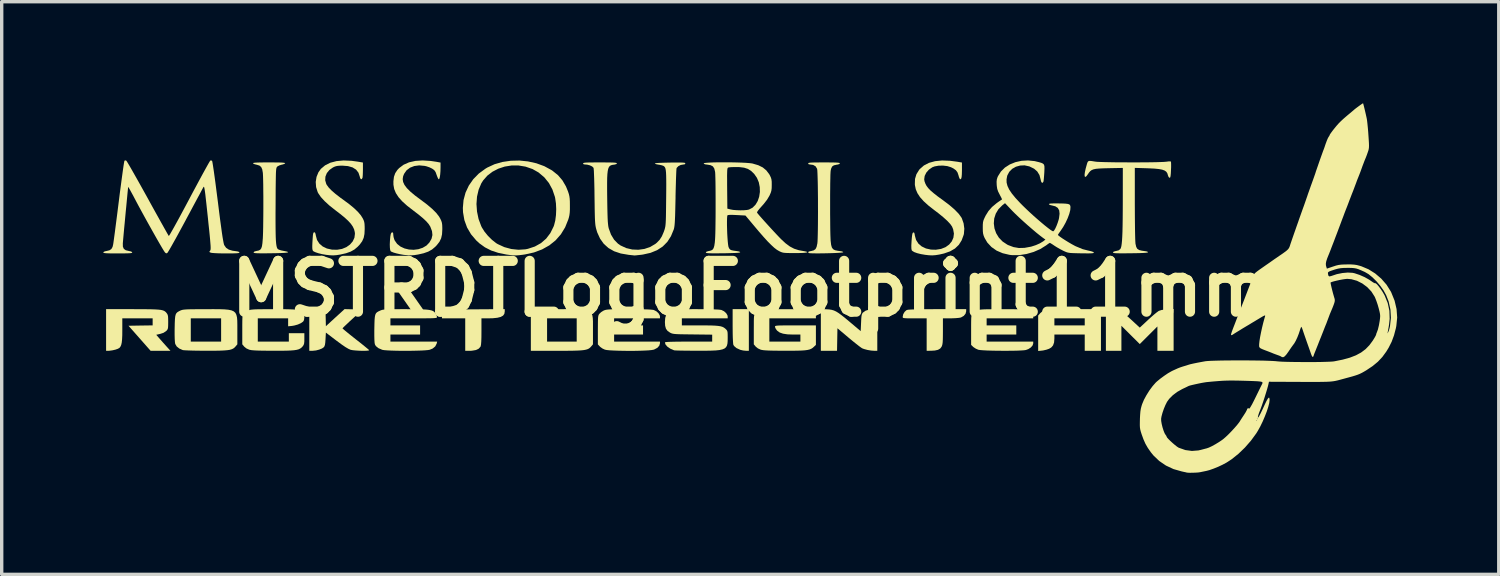
<source format=kicad_pcb>
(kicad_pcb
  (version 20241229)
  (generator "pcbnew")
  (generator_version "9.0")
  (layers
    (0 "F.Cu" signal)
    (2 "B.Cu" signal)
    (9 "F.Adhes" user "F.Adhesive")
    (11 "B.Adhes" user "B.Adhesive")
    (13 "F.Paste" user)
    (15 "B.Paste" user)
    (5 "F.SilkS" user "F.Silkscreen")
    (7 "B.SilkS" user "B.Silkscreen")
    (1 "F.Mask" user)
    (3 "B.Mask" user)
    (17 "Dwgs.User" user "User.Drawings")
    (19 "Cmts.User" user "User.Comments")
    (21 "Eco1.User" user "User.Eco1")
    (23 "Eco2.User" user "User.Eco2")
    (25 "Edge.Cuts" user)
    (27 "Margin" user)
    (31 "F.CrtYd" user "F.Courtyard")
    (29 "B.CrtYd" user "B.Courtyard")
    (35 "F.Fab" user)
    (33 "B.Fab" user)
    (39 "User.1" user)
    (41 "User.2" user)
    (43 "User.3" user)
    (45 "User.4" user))
  (footprint "MSTRDTLogoFootprint11mm"
    (layer "F.Cu")
    (at 19.128 5.476)
    (property "Reference" "MSTRDTLogoFootprint11mm" (at 0 0 0) (layer "F.SilkS") (effects (font (size 1.5 1.5) (thickness 0.3))))
    (attr board_only exclude_from_pos_files exclude_from_bom)
    (fp_poly (pts (xy -0.063 1.219) (xy -0.063 1.834) (xy -0.151 1.833) (xy -0.23 1.825) (xy -0.308 1.807) (xy -0.318 1.804) (xy -0.429 1.753) (xy -0.499 1.693) (xy -0.522 1.654) (xy -0.527 1.619) (xy -0.532 1.549) (xy -0.537 1.45) (xy -0.54 1.329) (xy -0.541 1.192) (xy -0.542 1.103) (xy -0.542 0.604) (xy -0.302 0.604) (xy -0.063 0.604)) (stroke (width 0) (type solid)) (fill yes) (layer "F.SilkS"))
    (fp_poly (pts (xy -7.272 0.673) (xy -7.284 0.742) (xy -7.322 0.795) (xy -7.39 0.833) (xy -7.49 0.858) (xy -7.625 0.872) (xy -7.746 0.875) (xy -7.96 0.875) (xy -7.96 1.266) (xy -7.961 1.43) (xy -7.965 1.555) (xy -7.972 1.643) (xy -7.982 1.697) (xy -7.986 1.709) (xy -8.04 1.771) (xy -8.128 1.812) (xy -8.247 1.832) (xy -8.298 1.834) (xy -8.439 1.834) (xy -8.439 1.354) (xy -8.439 0.875) (xy -8.783 0.875) (xy -9.126 0.875) (xy -9.126 0.795) (xy -9.115 0.723) (xy -9.074 0.666) (xy -9.073 0.665) (xy -9.019 0.615) (xy -8.146 0.609) (xy -7.272 0.603)) (stroke (width 0) (type solid)) (fill yes) (layer "F.SilkS"))
    (fp_poly (pts (xy 12.481 1.216) (xy 12.481 1.834) (xy 12.242 1.834) (xy 12.002 1.834) (xy 12.002 1.475) (xy 12.002 1.115) (xy 11.742 1.375) (xy 11.481 1.635) (xy 11.21 1.365) (xy 10.939 1.095) (xy 10.939 1.464) (xy 10.939 1.834) (xy 10.71 1.834) (xy 10.481 1.834) (xy 10.481 1.219) (xy 10.481 0.604) (xy 10.623 0.604) (xy 10.718 0.607) (xy 10.799 0.619) (xy 10.873 0.643) (xy 10.949 0.684) (xy 11.033 0.744) (xy 11.132 0.828) (xy 11.223 0.911) (xy 11.482 1.149) (xy 11.726 0.921) (xy 11.815 0.84) (xy 11.9 0.766) (xy 11.972 0.707) (xy 12.026 0.667) (xy 12.044 0.655) (xy 12.124 0.629) (xy 12.242 0.612) (xy 12.299 0.608) (xy 12.481 0.599)) (stroke (width 0) (type solid)) (fill yes) (layer "F.SilkS"))
    (fp_poly (pts (xy -5.704 0.605) (xy -5.469 0.604) (xy -5.273 0.605) (xy -5.111 0.608) (xy -4.981 0.615) (xy -4.879 0.629) (xy -4.802 0.652) (xy -4.746 0.685) (xy -4.708 0.73) (xy -4.684 0.79) (xy -4.672 0.866) (xy -4.667 0.961) (xy -4.667 1.076) (xy -4.667 1.212) (xy -4.667 1.643) (xy -4.721 1.707) (xy -4.749 1.737) (xy -4.781 1.763) (xy -4.819 1.783) (xy -4.869 1.799) (xy -4.933 1.812) (xy -5.017 1.821) (xy -5.124 1.827) (xy -5.259 1.831) (xy -5.425 1.833) (xy -5.627 1.834) (xy -5.744 1.834) (xy -6.501 1.834) (xy -6.501 1.219) (xy -6.022 1.219) (xy -6.022 1.563) (xy -5.584 1.563) (xy -5.147 1.563) (xy -5.147 1.219) (xy -5.147 0.875) (xy -5.584 0.875) (xy -6.022 0.875) (xy -6.022 1.219) (xy -6.501 1.219) (xy -6.501 0.604)) (stroke (width 0) (type solid)) (fill yes) (layer "F.SilkS"))
    (fp_poly (pts (xy 2.235 0.608) (xy 2.314 0.613) (xy 2.383 0.624) (xy 2.448 0.643) (xy 2.515 0.674) (xy 2.589 0.72) (xy 2.676 0.784) (xy 2.783 0.869) (xy 2.915 0.979) (xy 2.917 0.981) (xy 3.24 1.253) (xy 3.251 1.003) (xy 3.256 0.895) (xy 3.262 0.82) (xy 3.271 0.77) (xy 3.284 0.736) (xy 3.302 0.709) (xy 3.309 0.703) (xy 3.385 0.649) (xy 3.493 0.616) (xy 3.623 0.604) (xy 3.73 0.604) (xy 3.73 1.219) (xy 3.73 1.834) (xy 3.649 1.834) (xy 3.548 1.827) (xy 3.438 1.808) (xy 3.338 1.781) (xy 3.285 1.761) (xy 3.25 1.738) (xy 3.188 1.693) (xy 3.107 1.629) (xy 3.012 1.553) (xy 2.909 1.468) (xy 2.886 1.449) (xy 2.553 1.168) (xy 2.547 1.501) (xy 2.541 1.834) (xy 2.302 1.834) (xy 2.063 1.834) (xy 2.063 1.217) (xy 2.063 0.6)) (stroke (width 0) (type solid)) (fill yes) (layer "F.SilkS"))
    (fp_poly (pts (xy 10.335 1.219) (xy 10.335 1.834) (xy 10.095 1.834) (xy 9.856 1.834) (xy 9.856 1.594) (xy 9.856 1.354) (xy 9.408 1.354) (xy 8.96 1.354) (xy 8.96 1.47) (xy 8.951 1.588) (xy 8.92 1.675) (xy 8.866 1.737) (xy 8.803 1.774) (xy 8.722 1.802) (xy 8.63 1.823) (xy 8.594 1.828) (xy 8.481 1.839) (xy 8.481 1.316) (xy 8.481 0.979) (xy 8.96 0.979) (xy 8.96 1.084) (xy 9.408 1.084) (xy 9.856 1.084) (xy 9.856 0.979) (xy 9.856 0.875) (xy 9.408 0.875) (xy 8.96 0.875) (xy 8.96 0.979) (xy 8.481 0.979) (xy 8.481 0.793) (xy 8.542 0.723) (xy 8.601 0.672) (xy 8.67 0.634) (xy 8.685 0.629) (xy 8.729 0.621) (xy 8.807 0.615) (xy 8.921 0.611) (xy 9.073 0.607) (xy 9.263 0.605) (xy 9.492 0.604) (xy 9.551 0.604) (xy 10.335 0.604)) (stroke (width 0) (type solid)) (fill yes) (layer "F.SilkS"))
    (fp_poly (pts (xy 6.355 0.666) (xy 6.336 0.739) (xy 6.283 0.803) (xy 6.207 0.846) (xy 6.178 0.855) (xy 6.121 0.863) (xy 6.036 0.87) (xy 5.937 0.874) (xy 5.881 0.875) (xy 5.668 0.875) (xy 5.668 1.255) (xy 5.667 1.396) (xy 5.665 1.502) (xy 5.661 1.58) (xy 5.654 1.635) (xy 5.644 1.676) (xy 5.631 1.709) (xy 5.588 1.767) (xy 5.522 1.805) (xy 5.428 1.826) (xy 5.319 1.832) (xy 5.188 1.834) (xy 5.188 1.354) (xy 5.188 0.875) (xy 4.834 0.875) (xy 4.705 0.875) (xy 4.612 0.874) (xy 4.549 0.871) (xy 4.51 0.866) (xy 4.489 0.859) (xy 4.481 0.847) (xy 4.48 0.831) (xy 4.495 0.755) (xy 4.536 0.685) (xy 4.59 0.635) (xy 4.61 0.627) (xy 4.65 0.62) (xy 4.73 0.615) (xy 4.85 0.611) (xy 5.007 0.607) (xy 5.201 0.605) (xy 5.43 0.604) (xy 5.514 0.604) (xy 6.355 0.604)) (stroke (width 0) (type solid)) (fill yes) (layer "F.SilkS"))
    (fp_poly (pts (xy -11.736 0.609) (xy -11.469 0.615) (xy -11.765 0.886) (xy -11.857 0.97) (xy -11.937 1.046) (xy -12.002 1.107) (xy -12.045 1.15) (xy -12.063 1.17) (xy -12.063 1.171) (xy -12.047 1.187) (xy -12.004 1.225) (xy -11.936 1.281) (xy -11.849 1.352) (xy -11.747 1.433) (xy -11.674 1.491) (xy -11.564 1.577) (xy -11.465 1.656) (xy -11.383 1.723) (xy -11.321 1.774) (xy -11.284 1.806) (xy -11.276 1.815) (xy -11.291 1.825) (xy -11.339 1.831) (xy -11.41 1.834) (xy -11.497 1.834) (xy -11.59 1.83) (xy -11.681 1.824) (xy -11.76 1.816) (xy -11.819 1.805) (xy -11.826 1.803) (xy -11.889 1.775) (xy -11.976 1.724) (xy -12.089 1.647) (xy -12.229 1.543) (xy -12.242 1.534) (xy -12.554 1.296) (xy -12.565 1.49) (xy -12.572 1.591) (xy -12.582 1.658) (xy -12.598 1.703) (xy -12.615 1.728) (xy -12.668 1.765) (xy -12.75 1.798) (xy -12.845 1.823) (xy -12.94 1.833) (xy -12.954 1.834) (xy -13.044 1.834) (xy -13.044 1.219) (xy -13.044 0.604) (xy -12.805 0.604) (xy -12.566 0.604) (xy -12.56 0.855) (xy -12.554 1.107) (xy -12.279 0.855) (xy -12.003 0.603)) (stroke (width 0) (type solid)) (fill yes) (layer "F.SilkS"))
    (fp_poly (pts (xy -18.041 0.605) (xy -17.86 0.606) (xy -17.712 0.608) (xy -17.593 0.612) (xy -17.501 0.618) (xy -17.429 0.626) (xy -17.375 0.638) (xy -17.335 0.653) (xy -17.304 0.672) (xy -17.278 0.695) (xy -17.262 0.714) (xy -17.239 0.745) (xy -17.224 0.779) (xy -17.215 0.824) (xy -17.212 0.892) (xy -17.211 0.983) (xy -17.212 1.078) (xy -17.215 1.142) (xy -17.223 1.184) (xy -17.238 1.214) (xy -17.262 1.242) (xy -17.27 1.249) (xy -17.35 1.303) (xy -17.446 1.334) (xy -17.564 1.361) (xy -17.487 1.45) (xy -17.436 1.508) (xy -17.37 1.583) (xy -17.299 1.662) (xy -17.277 1.687) (xy -17.144 1.834) (xy -17.437 1.834) (xy -17.73 1.834) (xy -18.056 1.464) (xy -18.383 1.094) (xy -18.026 1.088) (xy -17.67 1.083) (xy -17.67 0.979) (xy -17.67 0.875) (xy -18.118 0.875) (xy -18.566 0.875) (xy -18.566 1.214) (xy -18.567 1.374) (xy -18.573 1.499) (xy -18.583 1.593) (xy -18.599 1.662) (xy -18.622 1.712) (xy -18.651 1.748) (xy -18.697 1.774) (xy -18.771 1.8) (xy -18.859 1.82) (xy -18.946 1.832) (xy -18.986 1.834) (xy -19.045 1.834) (xy -19.045 1.219) (xy -19.045 0.604) (xy -18.261 0.604)) (stroke (width 0) (type solid)) (fill yes) (layer "F.SilkS"))
    (fp_poly (pts (xy -3.383 0.605) (xy -3.2 0.608) (xy -3.057 0.612) (xy -2.953 0.618) (xy -2.888 0.625) (xy -2.871 0.629) (xy -2.796 0.666) (xy -2.734 0.721) (xy -2.695 0.785) (xy -2.688 0.825) (xy -2.688 0.875) (xy -3.365 0.875) (xy -4.042 0.875) (xy -4.042 0.979) (xy -4.042 1.084) (xy -3.615 1.084) (xy -3.188 1.084) (xy -3.188 1.219) (xy -3.188 1.354) (xy -3.615 1.354) (xy -4.042 1.354) (xy -4.042 1.459) (xy -4.042 1.563) (xy -3.365 1.563) (xy -2.688 1.563) (xy -2.688 1.612) (xy -2.708 1.682) (xy -2.763 1.744) (xy -2.849 1.791) (xy -2.88 1.802) (xy -2.938 1.812) (xy -3.03 1.821) (xy -3.149 1.827) (xy -3.289 1.832) (xy -3.442 1.835) (xy -3.601 1.836) (xy -3.761 1.834) (xy -3.913 1.831) (xy -4.051 1.826) (xy -4.168 1.82) (xy -4.258 1.811) (xy -4.312 1.8) (xy -4.313 1.8) (xy -4.385 1.767) (xy -4.449 1.721) (xy -4.464 1.707) (xy -4.522 1.645) (xy -4.522 1.221) (xy -4.521 1.078) (xy -4.52 0.969) (xy -4.518 0.891) (xy -4.514 0.835) (xy -4.507 0.797) (xy -4.497 0.77) (xy -4.483 0.749) (xy -4.476 0.74) (xy -4.428 0.694) (xy -4.363 0.652) (xy -4.346 0.644) (xy -4.319 0.633) (xy -4.287 0.624) (xy -4.247 0.618) (xy -4.192 0.613) (xy -4.118 0.609) (xy -4.02 0.607) (xy -3.894 0.606) (xy -3.734 0.605) (xy -3.607 0.605)) (stroke (width 0) (type solid)) (fill yes) (layer "F.SilkS"))
    (fp_poly (pts (xy -15.7 0.605) (xy -15.551 0.61) (xy -15.432 0.621) (xy -15.341 0.64) (xy -15.274 0.67) (xy -15.227 0.713) (xy -15.197 0.772) (xy -15.179 0.848) (xy -15.171 0.945) (xy -15.169 1.064) (xy -15.169 1.208) (xy -15.169 1.223) (xy -15.169 1.643) (xy -15.223 1.707) (xy -15.254 1.74) (xy -15.29 1.767) (xy -15.335 1.788) (xy -15.393 1.805) (xy -15.469 1.816) (xy -15.567 1.824) (xy -15.692 1.829) (xy -15.849 1.832) (xy -16.041 1.832) (xy -16.105 1.832) (xy -16.264 1.831) (xy -16.412 1.829) (xy -16.542 1.826) (xy -16.65 1.822) (xy -16.729 1.818) (xy -16.773 1.814) (xy -16.779 1.813) (xy -16.883 1.767) (xy -16.96 1.705) (xy -17.004 1.63) (xy -17.004 1.629) (xy -17.012 1.576) (xy -17.018 1.486) (xy -17.021 1.365) (xy -17.021 1.219) (xy -16.544 1.219) (xy -16.544 1.563) (xy -16.096 1.563) (xy -15.648 1.563) (xy -15.648 1.219) (xy -15.648 0.875) (xy -16.096 0.875) (xy -16.544 0.875) (xy -16.544 1.219) (xy -17.021 1.219) (xy -17.021 1.217) (xy -17.02 1.164) (xy -17.017 1.017) (xy -17.012 0.905) (xy -17.004 0.823) (xy -16.99 0.764) (xy -16.969 0.723) (xy -16.937 0.692) (xy -16.894 0.666) (xy -16.847 0.643) (xy -16.82 0.633) (xy -16.788 0.624) (xy -16.748 0.618) (xy -16.693 0.613) (xy -16.618 0.609) (xy -16.52 0.607) (xy -16.393 0.606) (xy -16.233 0.605) (xy -16.105 0.605) (xy -15.884 0.604)) (stroke (width 0) (type solid)) (fill yes) (layer "F.SilkS"))
    (fp_poly (pts (xy 7.615 0.605) (xy 7.765 0.606) (xy 7.882 0.608) (xy 7.973 0.61) (xy 8.041 0.614) (xy 8.091 0.619) (xy 8.129 0.626) (xy 8.159 0.635) (xy 8.181 0.644) (xy 8.266 0.698) (xy 8.319 0.764) (xy 8.335 0.828) (xy 8.335 0.875) (xy 7.647 0.875) (xy 6.959 0.875) (xy 6.959 0.979) (xy 6.959 1.084) (xy 7.397 1.084) (xy 7.835 1.084) (xy 7.835 1.219) (xy 7.835 1.354) (xy 7.397 1.354) (xy 6.959 1.354) (xy 6.959 1.459) (xy 6.959 1.563) (xy 7.647 1.563) (xy 8.335 1.563) (xy 8.335 1.617) (xy 8.316 1.676) (xy 8.265 1.735) (xy 8.191 1.783) (xy 8.118 1.81) (xy 8.064 1.818) (xy 7.976 1.824) (xy 7.861 1.829) (xy 7.725 1.832) (xy 7.576 1.833) (xy 7.42 1.833) (xy 7.264 1.832) (xy 7.114 1.829) (xy 6.978 1.825) (xy 6.862 1.819) (xy 6.773 1.812) (xy 6.718 1.804) (xy 6.712 1.802) (xy 6.64 1.771) (xy 6.574 1.728) (xy 6.561 1.717) (xy 6.501 1.659) (xy 6.501 1.216) (xy 6.501 1.069) (xy 6.502 0.958) (xy 6.504 0.877) (xy 6.508 0.821) (xy 6.514 0.783) (xy 6.523 0.758) (xy 6.535 0.74) (xy 6.548 0.728) (xy 6.598 0.69) (xy 6.662 0.652) (xy 6.678 0.644) (xy 6.705 0.633) (xy 6.735 0.624) (xy 6.775 0.618) (xy 6.828 0.613) (xy 6.9 0.609) (xy 6.996 0.607) (xy 7.12 0.606) (xy 7.276 0.605) (xy 7.428 0.605)) (stroke (width 0) (type solid)) (fill yes) (layer "F.SilkS"))
    (fp_poly (pts (xy -9.995 0.605) (xy -9.825 0.607) (xy -9.689 0.611) (xy -9.581 0.617) (xy -9.498 0.627) (xy -9.436 0.641) (xy -9.39 0.659) (xy -9.355 0.683) (xy -9.329 0.712) (xy -9.312 0.737) (xy -9.285 0.791) (xy -9.273 0.835) (xy -9.272 0.839) (xy -9.275 0.849) (xy -9.284 0.857) (xy -9.306 0.863) (xy -9.343 0.867) (xy -9.4 0.871) (xy -9.481 0.873) (xy -9.59 0.874) (xy -9.731 0.875) (xy -9.909 0.875) (xy -9.96 0.875) (xy -10.648 0.875) (xy -10.648 0.979) (xy -10.648 1.084) (xy -10.21 1.084) (xy -9.772 1.084) (xy -9.772 1.219) (xy -9.772 1.354) (xy -10.21 1.354) (xy -10.648 1.354) (xy -10.648 1.459) (xy -10.648 1.563) (xy -9.958 1.563) (xy -9.268 1.563) (xy -9.282 1.62) (xy -9.324 1.703) (xy -9.401 1.767) (xy -9.488 1.803) (xy -9.542 1.812) (xy -9.631 1.82) (xy -9.747 1.826) (xy -9.883 1.83) (xy -10.033 1.833) (xy -10.19 1.834) (xy -10.347 1.834) (xy -10.497 1.831) (xy -10.632 1.827) (xy -10.747 1.821) (xy -10.835 1.814) (xy -10.887 1.805) (xy -10.888 1.805) (xy -11.002 1.756) (xy -11.077 1.695) (xy -11.105 1.648) (xy -11.115 1.602) (xy -11.121 1.518) (xy -11.124 1.395) (xy -11.124 1.232) (xy -11.123 1.182) (xy -11.12 1.032) (xy -11.116 0.917) (xy -11.108 0.832) (xy -11.095 0.77) (xy -11.075 0.727) (xy -11.045 0.696) (xy -11.004 0.671) (xy -10.949 0.646) (xy -10.943 0.643) (xy -10.914 0.632) (xy -10.881 0.623) (xy -10.84 0.617) (xy -10.785 0.612) (xy -10.711 0.608) (xy -10.613 0.606) (xy -10.487 0.605) (xy -10.327 0.604) (xy -10.202 0.604)) (stroke (width 0) (type solid)) (fill yes) (layer "F.SilkS"))
    (fp_poly (pts (xy -13.906 0.605) (xy -13.745 0.606) (xy -13.617 0.609) (xy -13.516 0.613) (xy -13.438 0.621) (xy -13.379 0.631) (xy -13.334 0.646) (xy -13.298 0.664) (xy -13.267 0.687) (xy -13.247 0.705) (xy -13.207 0.754) (xy -13.191 0.812) (xy -13.19 0.846) (xy -13.2 0.925) (xy -13.226 0.971) (xy -13.291 1.017) (xy -13.383 1.058) (xy -13.487 1.087) (xy -13.556 1.099) (xy -13.669 1.11) (xy -13.669 0.993) (xy -13.669 0.875) (xy -14.117 0.875) (xy -14.565 0.875) (xy -14.565 1.219) (xy -14.565 1.563) (xy -14.106 1.563) (xy -13.648 1.563) (xy -13.648 1.438) (xy -13.648 1.313) (xy -13.419 1.313) (xy -13.19 1.313) (xy -13.19 1.478) (xy -13.191 1.564) (xy -13.198 1.622) (xy -13.212 1.662) (xy -13.237 1.699) (xy -13.243 1.707) (xy -13.275 1.74) (xy -13.312 1.767) (xy -13.357 1.789) (xy -13.416 1.805) (xy -13.493 1.817) (xy -13.592 1.825) (xy -13.719 1.83) (xy -13.878 1.832) (xy -14.072 1.832) (xy -14.115 1.832) (xy -14.307 1.831) (xy -14.462 1.829) (xy -14.584 1.826) (xy -14.677 1.821) (xy -14.747 1.815) (xy -14.797 1.806) (xy -14.818 1.801) (xy -14.902 1.763) (xy -14.967 1.71) (xy -14.969 1.707) (xy -15.023 1.643) (xy -15.023 1.208) (xy -15.023 1.062) (xy -15.022 0.953) (xy -15.02 0.873) (xy -15.016 0.818) (xy -15.01 0.781) (xy -15.001 0.757) (xy -14.988 0.739) (xy -14.976 0.728) (xy -14.927 0.69) (xy -14.862 0.652) (xy -14.846 0.644) (xy -14.82 0.633) (xy -14.789 0.624) (xy -14.749 0.618) (xy -14.695 0.613) (xy -14.622 0.609) (xy -14.525 0.607) (xy -14.4 0.606) (xy -14.242 0.605) (xy -14.104 0.605)) (stroke (width 0) (type solid)) (fill yes) (layer "F.SilkS"))
    (fp_poly (pts (xy 1.222 0.605) (xy 1.405 0.608) (xy 1.548 0.612) (xy 1.652 0.618) (xy 1.717 0.625) (xy 1.733 0.629) (xy 1.809 0.666) (xy 1.871 0.721) (xy 1.909 0.785) (xy 1.917 0.825) (xy 1.917 0.875) (xy 1.229 0.875) (xy 0.542 0.875) (xy 0.542 1.219) (xy 0.542 1.563) (xy 1 1.563) (xy 1.459 1.563) (xy 1.459 1.459) (xy 1.459 1.354) (xy 1.244 1.354) (xy 1.077 1.348) (xy 0.947 1.328) (xy 0.848 1.294) (xy 0.777 1.243) (xy 0.762 1.227) (xy 0.727 1.176) (xy 0.709 1.131) (xy 0.708 1.124) (xy 0.71 1.112) (xy 0.718 1.103) (xy 0.736 1.096) (xy 0.769 1.091) (xy 0.822 1.087) (xy 0.898 1.085) (xy 1.003 1.084) (xy 1.141 1.084) (xy 1.313 1.084) (xy 1.917 1.084) (xy 1.917 1.371) (xy 1.917 1.659) (xy 1.857 1.716) (xy 1.821 1.748) (xy 1.781 1.773) (xy 1.734 1.793) (xy 1.673 1.808) (xy 1.595 1.819) (xy 1.495 1.826) (xy 1.368 1.83) (xy 1.209 1.832) (xy 1.013 1.832) (xy 0.992 1.832) (xy 0.8 1.831) (xy 0.645 1.829) (xy 0.523 1.826) (xy 0.43 1.821) (xy 0.36 1.815) (xy 0.31 1.806) (xy 0.288 1.801) (xy 0.205 1.763) (xy 0.139 1.71) (xy 0.137 1.707) (xy 0.083 1.643) (xy 0.083 1.208) (xy 0.084 1.062) (xy 0.084 0.953) (xy 0.086 0.873) (xy 0.09 0.818) (xy 0.097 0.781) (xy 0.106 0.757) (xy 0.119 0.739) (xy 0.13 0.728) (xy 0.18 0.69) (xy 0.245 0.652) (xy 0.26 0.644) (xy 0.287 0.633) (xy 0.318 0.624) (xy 0.358 0.618) (xy 0.412 0.613) (xy 0.486 0.609) (xy 0.582 0.607) (xy 0.708 0.606) (xy 0.867 0.605) (xy 0.998 0.605)) (stroke (width 0) (type solid)) (fill yes) (layer "F.SilkS"))
    (fp_poly (pts (xy 2.312 -3.729) (xy 2.431 -3.728) (xy 2.516 -3.725) (xy 2.574 -3.721) (xy 2.608 -3.715) (xy 2.624 -3.707) (xy 2.625 -3.701) (xy 2.605 -3.679) (xy 2.547 -3.664) (xy 2.53 -3.662) (xy 2.448 -3.644) (xy 2.396 -3.608) (xy 2.366 -3.545) (xy 2.353 -3.486) (xy 2.349 -3.441) (xy 2.345 -3.359) (xy 2.343 -3.246) (xy 2.34 -3.107) (xy 2.339 -2.949) (xy 2.337 -2.775) (xy 2.337 -2.591) (xy 2.337 -2.403) (xy 2.337 -2.216) (xy 2.339 -2.036) (xy 2.34 -1.867) (xy 2.342 -1.715) (xy 2.345 -1.585) (xy 2.349 -1.484) (xy 2.352 -1.415) (xy 2.353 -1.411) (xy 2.366 -1.298) (xy 2.388 -1.219) (xy 2.424 -1.168) (xy 2.48 -1.137) (xy 2.561 -1.12) (xy 2.597 -1.115) (xy 2.677 -1.103) (xy 2.719 -1.088) (xy 2.724 -1.077) (xy 2.702 -1.07) (xy 2.645 -1.064) (xy 2.561 -1.058) (xy 2.456 -1.053) (xy 2.337 -1.049) (xy 2.211 -1.046) (xy 2.085 -1.044) (xy 1.966 -1.043) (xy 1.862 -1.044) (xy 1.778 -1.046) (xy 1.722 -1.05) (xy 1.702 -1.055) (xy 1.689 -1.08) (xy 1.709 -1.098) (xy 1.767 -1.111) (xy 1.779 -1.113) (xy 1.854 -1.133) (xy 1.905 -1.17) (xy 1.937 -1.233) (xy 1.958 -1.329) (xy 1.96 -1.337) (xy 1.965 -1.393) (xy 1.969 -1.484) (xy 1.972 -1.603) (xy 1.975 -1.747) (xy 1.977 -1.91) (xy 1.978 -2.087) (xy 1.979 -2.273) (xy 1.978 -2.463) (xy 1.978 -2.653) (xy 1.976 -2.836) (xy 1.974 -3.009) (xy 1.971 -3.166) (xy 1.967 -3.303) (xy 1.963 -3.413) (xy 1.959 -3.493) (xy 1.953 -3.538) (xy 1.952 -3.542) (xy 1.908 -3.614) (xy 1.835 -3.656) (xy 1.755 -3.667) (xy 1.704 -3.675) (xy 1.688 -3.699) (xy 1.693 -3.709) (xy 1.711 -3.717) (xy 1.746 -3.722) (xy 1.804 -3.726) (xy 1.89 -3.728) (xy 2.008 -3.729) (xy 2.157 -3.73)) (stroke (width 0) (type solid)) (fill yes) (layer "F.SilkS"))
    (fp_poly (pts (xy -1.392 0.605) (xy -1.207 0.607) (xy -1.062 0.612) (xy -0.956 0.617) (xy -0.889 0.625) (xy -0.871 0.629) (xy -0.796 0.666) (xy -0.734 0.721) (xy -0.695 0.785) (xy -0.688 0.825) (xy -0.688 0.875) (xy -1.365 0.875) (xy -2.042 0.875) (xy -2.042 0.979) (xy -2.042 1.084) (xy -1.508 1.084) (xy -1.323 1.084) (xy -1.175 1.086) (xy -1.058 1.091) (xy -0.967 1.099) (xy -0.898 1.11) (xy -0.844 1.126) (xy -0.802 1.147) (xy -0.765 1.174) (xy -0.748 1.19) (xy -0.721 1.217) (xy -0.703 1.244) (xy -0.693 1.281) (xy -0.689 1.336) (xy -0.688 1.421) (xy -0.688 1.454) (xy -0.689 1.544) (xy -0.695 1.619) (xy -0.71 1.68) (xy -0.737 1.728) (xy -0.78 1.765) (xy -0.843 1.792) (xy -0.928 1.811) (xy -1.04 1.823) (xy -1.182 1.829) (xy -1.358 1.832) (xy -1.572 1.832) (xy -1.613 1.832) (xy -1.772 1.831) (xy -1.918 1.83) (xy -2.046 1.828) (xy -2.15 1.826) (xy -2.225 1.823) (xy -2.266 1.82) (xy -2.271 1.819) (xy -2.386 1.769) (xy -2.472 1.709) (xy -2.526 1.644) (xy -2.542 1.585) (xy -2.523 1.578) (xy -2.466 1.572) (xy -2.37 1.568) (xy -2.234 1.565) (xy -2.058 1.563) (xy -1.844 1.563) (xy -1.146 1.563) (xy -1.146 1.46) (xy -1.146 1.357) (xy -1.724 1.35) (xy -1.895 1.348) (xy -2.03 1.346) (xy -2.133 1.344) (xy -2.211 1.34) (xy -2.269 1.335) (xy -2.311 1.328) (xy -2.343 1.319) (xy -2.371 1.307) (xy -2.391 1.297) (xy -2.464 1.246) (xy -2.511 1.182) (xy -2.535 1.096) (xy -2.542 0.986) (xy -2.533 0.862) (xy -2.504 0.77) (xy -2.451 0.701) (xy -2.376 0.651) (xy -2.349 0.638) (xy -2.322 0.628) (xy -2.29 0.62) (xy -2.248 0.614) (xy -2.191 0.61) (xy -2.114 0.607) (xy -2.013 0.605) (xy -1.883 0.605) (xy -1.718 0.604) (xy -1.618 0.604)) (stroke (width 0) (type solid)) (fill yes) (layer "F.SilkS"))
    (fp_poly (pts (xy -14.071 -3.729) (xy -13.948 -3.728) (xy -13.859 -3.725) (xy -13.8 -3.72) (xy -13.767 -3.714) (xy -13.757 -3.706) (xy -13.757 -3.704) (xy -13.781 -3.685) (xy -13.832 -3.668) (xy -13.857 -3.663) (xy -13.924 -3.643) (xy -13.98 -3.614) (xy -13.991 -3.605) (xy -14 -3.594) (xy -14.008 -3.581) (xy -14.015 -3.561) (xy -14.021 -3.531) (xy -14.025 -3.488) (xy -14.029 -3.429) (xy -14.031 -3.349) (xy -14.033 -3.245) (xy -14.035 -3.113) (xy -14.037 -2.951) (xy -14.038 -2.755) (xy -14.039 -2.521) (xy -14.039 -2.498) (xy -14.041 -2.232) (xy -14.041 -2.005) (xy -14.04 -1.813) (xy -14.038 -1.654) (xy -14.035 -1.523) (xy -14.03 -1.418) (xy -14.023 -1.336) (xy -14.014 -1.274) (xy -14.004 -1.228) (xy -13.991 -1.196) (xy -13.976 -1.173) (xy -13.972 -1.169) (xy -13.937 -1.151) (xy -13.874 -1.131) (xy -13.805 -1.117) (xy -13.722 -1.101) (xy -13.677 -1.087) (xy -13.67 -1.076) (xy -13.702 -1.066) (xy -13.775 -1.059) (xy -13.887 -1.053) (xy -14.04 -1.049) (xy -14.179 -1.047) (xy -14.341 -1.045) (xy -14.465 -1.045) (xy -14.556 -1.046) (xy -14.62 -1.049) (xy -14.661 -1.054) (xy -14.682 -1.06) (xy -14.69 -1.069) (xy -14.69 -1.071) (xy -14.669 -1.096) (xy -14.609 -1.114) (xy -14.595 -1.116) (xy -14.536 -1.129) (xy -14.493 -1.152) (xy -14.463 -1.192) (xy -14.442 -1.254) (xy -14.428 -1.346) (xy -14.418 -1.472) (xy -14.417 -1.475) (xy -14.413 -1.562) (xy -14.409 -1.681) (xy -14.406 -1.825) (xy -14.404 -1.99) (xy -14.402 -2.168) (xy -14.401 -2.355) (xy -14.401 -2.544) (xy -14.401 -2.729) (xy -14.403 -2.905) (xy -14.404 -3.066) (xy -14.407 -3.206) (xy -14.41 -3.318) (xy -14.414 -3.398) (xy -14.416 -3.423) (xy -14.434 -3.525) (xy -14.465 -3.593) (xy -14.515 -3.636) (xy -14.591 -3.66) (xy -14.606 -3.663) (xy -14.663 -3.678) (xy -14.7 -3.696) (xy -14.706 -3.704) (xy -14.699 -3.713) (xy -14.672 -3.719) (xy -14.618 -3.724) (xy -14.536 -3.727) (xy -14.42 -3.729) (xy -14.267 -3.73) (xy -14.232 -3.73)) (stroke (width 0) (type solid)) (fill yes) (layer "F.SilkS"))
    (fp_poly (pts (xy -6.585 -3.759) (xy -6.338 -3.704) (xy -6.105 -3.619) (xy -5.893 -3.504) (xy -5.863 -3.484) (xy -5.7 -3.353) (xy -5.569 -3.2) (xy -5.464 -3.02) (xy -5.404 -2.873) (xy -5.38 -2.8) (xy -5.364 -2.734) (xy -5.354 -2.663) (xy -5.349 -2.574) (xy -5.348 -2.459) (xy -5.348 -2.337) (xy -5.353 -2.244) (xy -5.363 -2.168) (xy -5.38 -2.095) (xy -5.396 -2.042) (xy -5.489 -1.812) (xy -5.614 -1.607) (xy -5.769 -1.43) (xy -5.954 -1.281) (xy -6.168 -1.161) (xy -6.408 -1.071) (xy -6.675 -1.012) (xy -6.751 -1.001) (xy -6.855 -0.989) (xy -6.937 -0.983) (xy -7.011 -0.984) (xy -7.093 -0.992) (xy -7.197 -1.006) (xy -7.23 -1.011) (xy -7.468 -1.06) (xy -7.675 -1.129) (xy -7.857 -1.222) (xy -8.022 -1.341) (xy -8.114 -1.426) (xy -8.268 -1.608) (xy -8.385 -1.808) (xy -8.464 -2.025) (xy -8.504 -2.257) (xy -8.509 -2.386) (xy -8.499 -2.501) (xy -8.107 -2.501) (xy -8.091 -2.278) (xy -8.045 -2.058) (xy -7.967 -1.849) (xy -7.948 -1.81) (xy -7.871 -1.687) (xy -7.768 -1.561) (xy -7.65 -1.444) (xy -7.529 -1.348) (xy -7.478 -1.317) (xy -7.284 -1.228) (xy -7.077 -1.172) (xy -6.866 -1.15) (xy -6.661 -1.163) (xy -6.588 -1.178) (xy -6.382 -1.246) (xy -6.203 -1.346) (xy -6.05 -1.478) (xy -5.926 -1.641) (xy -5.831 -1.832) (xy -5.815 -1.875) (xy -5.78 -2.012) (xy -5.759 -2.174) (xy -5.752 -2.348) (xy -5.76 -2.52) (xy -5.783 -2.676) (xy -5.79 -2.71) (xy -5.864 -2.929) (xy -5.967 -3.12) (xy -6.103 -3.288) (xy -6.114 -3.298) (xy -6.274 -3.433) (xy -6.452 -3.534) (xy -6.656 -3.604) (xy -6.659 -3.605) (xy -6.865 -3.639) (xy -7.07 -3.639) (xy -7.271 -3.607) (xy -7.46 -3.545) (xy -7.634 -3.455) (xy -7.785 -3.34) (xy -7.908 -3.2) (xy -7.964 -3.112) (xy -8.043 -2.925) (xy -8.091 -2.719) (xy -8.107 -2.501) (xy -8.499 -2.501) (xy -8.489 -2.617) (xy -8.43 -2.837) (xy -8.334 -3.043) (xy -8.203 -3.232) (xy -8.039 -3.4) (xy -7.844 -3.543) (xy -7.788 -3.577) (xy -7.574 -3.676) (xy -7.34 -3.743) (xy -7.092 -3.779) (xy -6.838 -3.785)) (stroke (width 0) (type solid)) (fill yes) (layer "F.SilkS"))
    (fp_poly (pts (xy 5.877 -3.778) (xy 6.091 -3.75) (xy 6.23 -3.726) (xy 6.23 -3.504) (xy 6.227 -3.381) (xy 6.22 -3.297) (xy 6.206 -3.248) (xy 6.187 -3.232) (xy 6.172 -3.237) (xy 6.155 -3.264) (xy 6.136 -3.317) (xy 6.127 -3.352) (xy 6.098 -3.435) (xy 6.052 -3.498) (xy 5.98 -3.55) (xy 5.907 -3.587) (xy 5.797 -3.621) (xy 5.67 -3.636) (xy 5.54 -3.633) (xy 5.423 -3.612) (xy 5.355 -3.586) (xy 5.254 -3.516) (xy 5.177 -3.428) (xy 5.129 -3.33) (xy 5.115 -3.231) (xy 5.124 -3.174) (xy 5.149 -3.104) (xy 5.184 -3.037) (xy 5.234 -2.971) (xy 5.302 -2.9) (xy 5.394 -2.821) (xy 5.512 -2.728) (xy 5.662 -2.619) (xy 5.668 -2.615) (xy 5.862 -2.468) (xy 6.017 -2.334) (xy 6.134 -2.213) (xy 6.213 -2.104) (xy 6.227 -2.078) (xy 6.279 -1.93) (xy 6.3 -1.773) (xy 6.288 -1.621) (xy 6.281 -1.591) (xy 6.222 -1.43) (xy 6.138 -1.296) (xy 6.024 -1.187) (xy 5.879 -1.103) (xy 5.7 -1.04) (xy 5.563 -1.009) (xy 5.449 -0.991) (xy 5.353 -0.984) (xy 5.255 -0.988) (xy 5.147 -1) (xy 5.018 -1.022) (xy 4.907 -1.05) (xy 4.819 -1.082) (xy 4.763 -1.117) (xy 4.746 -1.137) (xy 4.737 -1.187) (xy 4.735 -1.276) (xy 4.742 -1.402) (xy 4.743 -1.42) (xy 4.752 -1.526) (xy 4.761 -1.596) (xy 4.772 -1.638) (xy 4.785 -1.658) (xy 4.795 -1.662) (xy 4.817 -1.657) (xy 4.831 -1.623) (xy 4.84 -1.566) (xy 4.875 -1.44) (xy 4.943 -1.333) (xy 5.042 -1.248) (xy 5.167 -1.188) (xy 5.315 -1.155) (xy 5.46 -1.151) (xy 5.613 -1.175) (xy 5.745 -1.227) (xy 5.851 -1.303) (xy 5.93 -1.398) (xy 5.978 -1.508) (xy 5.993 -1.628) (xy 5.97 -1.755) (xy 5.938 -1.834) (xy 5.886 -1.909) (xy 5.799 -2.002) (xy 5.681 -2.109) (xy 5.533 -2.23) (xy 5.415 -2.319) (xy 5.239 -2.457) (xy 5.099 -2.584) (xy 4.992 -2.704) (xy 4.916 -2.82) (xy 4.866 -2.937) (xy 4.841 -3.059) (xy 4.839 -3.086) (xy 4.844 -3.243) (xy 4.886 -3.382) (xy 4.965 -3.509) (xy 4.985 -3.533) (xy 5.106 -3.639) (xy 5.257 -3.717) (xy 5.436 -3.766) (xy 5.643 -3.787)) (stroke (width 0) (type solid)) (fill yes) (layer "F.SilkS"))
    (fp_poly (pts (xy -11.794 -3.777) (xy -11.6 -3.75) (xy -11.46 -3.726) (xy -11.46 -3.524) (xy -11.462 -3.432) (xy -11.465 -3.351) (xy -11.47 -3.293) (xy -11.473 -3.277) (xy -11.494 -3.237) (xy -11.519 -3.234) (xy -11.542 -3.266) (xy -11.553 -3.31) (xy -11.592 -3.426) (xy -11.663 -3.517) (xy -11.766 -3.582) (xy -11.902 -3.621) (xy -12.064 -3.634) (xy -12.16 -3.632) (xy -12.229 -3.624) (xy -12.287 -3.608) (xy -12.346 -3.58) (xy -12.451 -3.506) (xy -12.526 -3.414) (xy -12.568 -3.31) (xy -12.574 -3.201) (xy -12.543 -3.093) (xy -12.526 -3.063) (xy -12.469 -2.985) (xy -12.385 -2.899) (xy -12.272 -2.801) (xy -12.126 -2.688) (xy -12.045 -2.63) (xy -11.864 -2.496) (xy -11.719 -2.376) (xy -11.605 -2.266) (xy -11.52 -2.165) (xy -11.466 -2.079) (xy -11.439 -2.023) (xy -11.422 -1.972) (xy -11.413 -1.914) (xy -11.409 -1.836) (xy -11.408 -1.761) (xy -11.415 -1.617) (xy -11.438 -1.502) (xy -11.482 -1.402) (xy -11.552 -1.306) (xy -11.616 -1.238) (xy -11.711 -1.158) (xy -11.823 -1.095) (xy -11.959 -1.047) (xy -12.127 -1.009) (xy -12.242 -0.991) (xy -12.339 -0.984) (xy -12.437 -0.988) (xy -12.544 -1) (xy -12.66 -1.02) (xy -12.767 -1.045) (xy -12.855 -1.074) (xy -12.916 -1.102) (xy -12.936 -1.119) (xy -12.948 -1.146) (xy -12.955 -1.191) (xy -12.956 -1.262) (xy -12.952 -1.365) (xy -12.95 -1.396) (xy -12.943 -1.506) (xy -12.937 -1.582) (xy -12.929 -1.629) (xy -12.919 -1.655) (xy -12.906 -1.665) (xy -12.889 -1.667) (xy -12.869 -1.647) (xy -12.854 -1.592) (xy -12.85 -1.566) (xy -12.816 -1.44) (xy -12.747 -1.332) (xy -12.648 -1.247) (xy -12.524 -1.187) (xy -12.377 -1.154) (xy -12.224 -1.15) (xy -12.078 -1.175) (xy -11.949 -1.228) (xy -11.842 -1.304) (xy -11.761 -1.398) (xy -11.711 -1.506) (xy -11.696 -1.624) (xy -11.701 -1.673) (xy -11.721 -1.754) (xy -11.759 -1.834) (xy -11.815 -1.916) (xy -11.895 -2.004) (xy -12.001 -2.102) (xy -12.138 -2.213) (xy -12.276 -2.319) (xy -12.448 -2.455) (xy -12.591 -2.586) (xy -12.703 -2.708) (xy -12.779 -2.819) (xy -12.797 -2.854) (xy -12.843 -3.001) (xy -12.854 -3.153) (xy -12.83 -3.302) (xy -12.774 -3.439) (xy -12.702 -3.539) (xy -12.578 -3.643) (xy -12.424 -3.72) (xy -12.241 -3.768) (xy -12.031 -3.787)) (stroke (width 0) (type solid)) (fill yes) (layer "F.SilkS"))
    (fp_poly (pts (xy -9.46 -3.773) (xy -9.298 -3.749) (xy -9.168 -3.725) (xy -9.168 -3.587) (xy -9.171 -3.468) (xy -9.179 -3.367) (xy -9.191 -3.289) (xy -9.206 -3.242) (xy -9.219 -3.23) (xy -9.237 -3.248) (xy -9.26 -3.296) (xy -9.284 -3.36) (xy -9.31 -3.435) (xy -9.339 -3.484) (xy -9.379 -3.521) (xy -9.418 -3.547) (xy -9.494 -3.584) (xy -9.585 -3.615) (xy -9.637 -3.627) (xy -9.798 -3.642) (xy -9.943 -3.623) (xy -10.069 -3.574) (xy -10.171 -3.497) (xy -10.244 -3.393) (xy -10.273 -3.321) (xy -10.286 -3.237) (xy -10.273 -3.152) (xy -10.233 -3.064) (xy -10.162 -2.97) (xy -10.06 -2.868) (xy -9.923 -2.753) (xy -9.755 -2.628) (xy -9.566 -2.486) (xy -9.413 -2.356) (xy -9.295 -2.238) (xy -9.21 -2.128) (xy -9.173 -2.063) (xy -9.145 -2.002) (xy -9.128 -1.946) (xy -9.119 -1.881) (xy -9.116 -1.794) (xy -9.116 -1.75) (xy -9.124 -1.607) (xy -9.15 -1.49) (xy -9.199 -1.387) (xy -9.278 -1.286) (xy -9.324 -1.238) (xy -9.419 -1.158) (xy -9.531 -1.095) (xy -9.667 -1.047) (xy -9.835 -1.009) (xy -9.943 -0.992) (xy -10.034 -0.985) (xy -10.126 -0.987) (xy -10.237 -0.998) (xy -10.262 -1.001) (xy -10.366 -1.019) (xy -10.467 -1.042) (xy -10.555 -1.067) (xy -10.618 -1.093) (xy -10.638 -1.105) (xy -10.655 -1.141) (xy -10.664 -1.211) (xy -10.667 -1.307) (xy -10.662 -1.422) (xy -10.651 -1.542) (xy -10.638 -1.613) (xy -10.621 -1.651) (xy -10.601 -1.663) (xy -10.576 -1.66) (xy -10.566 -1.631) (xy -10.564 -1.592) (xy -10.555 -1.523) (xy -10.531 -1.446) (xy -10.522 -1.425) (xy -10.451 -1.324) (xy -10.352 -1.245) (xy -10.232 -1.189) (xy -10.1 -1.157) (xy -9.961 -1.149) (xy -9.824 -1.166) (xy -9.696 -1.208) (xy -9.584 -1.274) (xy -9.498 -1.363) (xy -9.434 -1.474) (xy -9.408 -1.585) (xy -9.42 -1.7) (xy -9.469 -1.829) (xy -9.471 -1.834) (xy -9.518 -1.908) (xy -9.589 -1.99) (xy -9.687 -2.082) (xy -9.816 -2.189) (xy -9.974 -2.31) (xy -10.155 -2.45) (xy -10.299 -2.58) (xy -10.409 -2.703) (xy -10.487 -2.823) (xy -10.537 -2.944) (xy -10.559 -3.069) (xy -10.56 -3.172) (xy -10.544 -3.305) (xy -10.506 -3.412) (xy -10.443 -3.507) (xy -10.39 -3.563) (xy -10.259 -3.661) (xy -10.099 -3.732) (xy -9.911 -3.774) (xy -9.698 -3.788)) (stroke (width 0) (type solid)) (fill yes) (layer "F.SilkS"))
    (fp_poly (pts (xy 10.068 -3.769) (xy 10.162 -3.754) (xy 10.168 -3.753) (xy 10.223 -3.747) (xy 10.313 -3.743) (xy 10.434 -3.739) (xy 10.579 -3.736) (xy 10.745 -3.733) (xy 10.924 -3.732) (xy 11.112 -3.731) (xy 11.303 -3.731) (xy 11.491 -3.731) (xy 11.671 -3.732) (xy 11.838 -3.734) (xy 11.985 -3.737) (xy 12.108 -3.741) (xy 12.201 -3.745) (xy 12.258 -3.75) (xy 12.262 -3.75) (xy 12.33 -3.759) (xy 12.381 -3.76) (xy 12.401 -3.755) (xy 12.405 -3.73) (xy 12.407 -3.671) (xy 12.407 -3.589) (xy 12.403 -3.505) (xy 12.398 -3.402) (xy 12.391 -3.333) (xy 12.383 -3.294) (xy 12.372 -3.277) (xy 12.359 -3.276) (xy 12.333 -3.299) (xy 12.313 -3.348) (xy 12.312 -3.354) (xy 12.294 -3.411) (xy 12.263 -3.456) (xy 12.214 -3.49) (xy 12.143 -3.516) (xy 12.045 -3.534) (xy 11.915 -3.547) (xy 11.75 -3.555) (xy 11.695 -3.557) (xy 11.335 -3.568) (xy 11.335 -2.508) (xy 11.336 -2.296) (xy 11.337 -2.093) (xy 11.339 -1.904) (xy 11.341 -1.734) (xy 11.344 -1.587) (xy 11.347 -1.467) (xy 11.351 -1.379) (xy 11.355 -1.327) (xy 11.356 -1.323) (xy 11.376 -1.236) (xy 11.407 -1.179) (xy 11.459 -1.143) (xy 11.54 -1.123) (xy 11.596 -1.115) (xy 11.678 -1.103) (xy 11.72 -1.088) (xy 11.725 -1.077) (xy 11.708 -1.068) (xy 11.662 -1.061) (xy 11.583 -1.056) (xy 11.47 -1.051) (xy 11.319 -1.048) (xy 11.203 -1.047) (xy 11.041 -1.045) (xy 10.915 -1.045) (xy 10.822 -1.046) (xy 10.758 -1.049) (xy 10.717 -1.054) (xy 10.696 -1.061) (xy 10.689 -1.07) (xy 10.689 -1.07) (xy 10.709 -1.094) (xy 10.767 -1.111) (xy 10.783 -1.114) (xy 10.86 -1.134) (xy 10.906 -1.172) (xy 10.911 -1.178) (xy 10.925 -1.21) (xy 10.938 -1.258) (xy 10.948 -1.326) (xy 10.957 -1.416) (xy 10.964 -1.531) (xy 10.97 -1.674) (xy 10.974 -1.848) (xy 10.977 -2.054) (xy 10.979 -2.297) (xy 10.98 -2.578) (xy 10.98 -2.612) (xy 10.981 -3.567) (xy 10.569 -3.559) (xy 10.408 -3.555) (xy 10.282 -3.549) (xy 10.186 -3.54) (xy 10.115 -3.525) (xy 10.061 -3.503) (xy 10.019 -3.472) (xy 9.983 -3.431) (xy 9.952 -3.385) (xy 9.907 -3.324) (xy 9.875 -3.3) (xy 9.857 -3.313) (xy 9.851 -3.359) (xy 9.86 -3.436) (xy 9.883 -3.544) (xy 9.904 -3.62) (xy 9.925 -3.695) (xy 9.943 -3.743) (xy 9.967 -3.768) (xy 10.006 -3.775)) (stroke (width 0) (type solid)) (fill yes) (layer "F.SilkS"))
    (fp_poly (pts (xy -4.298 -3.729) (xy -4.174 -3.728) (xy -4.083 -3.726) (xy -4.02 -3.722) (xy -3.982 -3.716) (xy -3.963 -3.709) (xy -3.959 -3.701) (xy -3.979 -3.679) (xy -4.038 -3.664) (xy -4.057 -3.662) (xy -4.103 -3.655) (xy -4.141 -3.642) (xy -4.172 -3.622) (xy -4.197 -3.589) (xy -4.217 -3.54) (xy -4.231 -3.473) (xy -4.241 -3.383) (xy -4.247 -3.268) (xy -4.249 -3.123) (xy -4.249 -2.946) (xy -4.247 -2.733) (xy -4.245 -2.582) (xy -4.242 -2.383) (xy -4.238 -2.221) (xy -4.234 -2.092) (xy -4.229 -1.989) (xy -4.222 -1.91) (xy -4.215 -1.848) (xy -4.205 -1.799) (xy -4.201 -1.782) (xy -4.134 -1.598) (xy -4.043 -1.448) (xy -3.928 -1.33) (xy -3.852 -1.277) (xy -3.686 -1.2) (xy -3.508 -1.158) (xy -3.325 -1.15) (xy -3.146 -1.175) (xy -2.976 -1.233) (xy -2.824 -1.323) (xy -2.78 -1.359) (xy -2.697 -1.445) (xy -2.631 -1.549) (xy -2.575 -1.68) (xy -2.561 -1.721) (xy -2.548 -1.759) (xy -2.539 -1.796) (xy -2.53 -1.837) (xy -2.524 -1.885) (xy -2.519 -1.947) (xy -2.515 -2.026) (xy -2.512 -2.126) (xy -2.51 -2.253) (xy -2.508 -2.411) (xy -2.506 -2.605) (xy -2.505 -2.675) (xy -2.503 -2.893) (xy -2.502 -3.074) (xy -2.503 -3.22) (xy -2.505 -3.337) (xy -2.509 -3.427) (xy -2.516 -3.495) (xy -2.525 -3.544) (xy -2.538 -3.579) (xy -2.554 -3.602) (xy -2.573 -3.619) (xy -2.59 -3.629) (xy -2.636 -3.645) (xy -2.703 -3.66) (xy -2.739 -3.665) (xy -2.797 -3.676) (xy -2.833 -3.69) (xy -2.839 -3.699) (xy -2.817 -3.706) (xy -2.756 -3.713) (xy -2.661 -3.718) (xy -2.533 -3.722) (xy -2.386 -3.725) (xy -2.237 -3.727) (xy -2.124 -3.727) (xy -2.043 -3.725) (xy -1.989 -3.722) (xy -1.957 -3.717) (xy -1.941 -3.709) (xy -1.938 -3.699) (xy -1.955 -3.674) (xy -2.002 -3.667) (xy -2.076 -3.654) (xy -2.143 -3.62) (xy -2.19 -3.573) (xy -2.199 -3.554) (xy -2.202 -3.524) (xy -2.206 -3.458) (xy -2.21 -3.359) (xy -2.215 -3.232) (xy -2.219 -3.083) (xy -2.224 -2.916) (xy -2.228 -2.736) (xy -2.228 -2.688) (xy -2.233 -2.474) (xy -2.237 -2.297) (xy -2.241 -2.153) (xy -2.246 -2.038) (xy -2.251 -1.948) (xy -2.257 -1.878) (xy -2.264 -1.824) (xy -2.272 -1.782) (xy -2.281 -1.75) (xy -2.363 -1.551) (xy -2.471 -1.383) (xy -2.608 -1.245) (xy -2.773 -1.138) (xy -2.967 -1.059) (xy -3.191 -1.009) (xy -3.24 -1.002) (xy -3.326 -0.993) (xy -3.396 -0.985) (xy -3.44 -0.982) (xy -3.448 -0.982) (xy -3.478 -0.986) (xy -3.537 -0.992) (xy -3.613 -1) (xy -3.617 -1.001) (xy -3.845 -1.04) (xy -4.042 -1.106) (xy -4.209 -1.201) (xy -4.347 -1.325) (xy -4.457 -1.479) (xy -4.541 -1.663) (xy -4.566 -1.746) (xy -4.578 -1.79) (xy -4.587 -1.833) (xy -4.595 -1.881) (xy -4.601 -1.939) (xy -4.606 -2.011) (xy -4.61 -2.101) (xy -4.613 -2.215) (xy -4.616 -2.357) (xy -4.618 -2.532) (xy -4.621 -2.719) (xy -4.623 -2.916) (xy -4.627 -3.094) (xy -4.631 -3.249) (xy -4.636 -3.379) (xy -4.64 -3.478) (xy -4.646 -3.543) (xy -4.65 -3.57) (xy -4.691 -3.61) (xy -4.759 -3.643) (xy -4.839 -3.664) (xy -4.886 -3.667) (xy -4.94 -3.674) (xy -4.959 -3.695) (xy -4.959 -3.699) (xy -4.954 -3.708) (xy -4.937 -3.716) (xy -4.902 -3.722) (xy -4.845 -3.726) (xy -4.762 -3.728) (xy -4.647 -3.729) (xy -4.496 -3.73) (xy -4.459 -3.73)) (stroke (width 0) (type solid)) (fill yes) (layer "F.SilkS"))
    (fp_poly (pts (xy -0.703 -3.733) (xy -0.551 -3.731) (xy -0.404 -3.728) (xy -0.267 -3.723) (xy -0.145 -3.717) (xy -0.044 -3.709) (xy 0.029 -3.7) (xy 0.048 -3.696) (xy 0.215 -3.647) (xy 0.348 -3.581) (xy 0.453 -3.494) (xy 0.538 -3.382) (xy 0.559 -3.344) (xy 0.587 -3.285) (xy 0.604 -3.229) (xy 0.612 -3.162) (xy 0.613 -3.07) (xy 0.613 -3.063) (xy 0.611 -2.968) (xy 0.602 -2.896) (xy 0.583 -2.832) (xy 0.55 -2.757) (xy 0.544 -2.745) (xy 0.473 -2.626) (xy 0.372 -2.497) (xy 0.32 -2.439) (xy 0.243 -2.352) (xy 0.195 -2.29) (xy 0.178 -2.252) (xy 0.179 -2.246) (xy 0.202 -2.216) (xy 0.249 -2.16) (xy 0.315 -2.085) (xy 0.394 -1.996) (xy 0.483 -1.898) (xy 0.576 -1.796) (xy 0.669 -1.695) (xy 0.756 -1.602) (xy 0.833 -1.521) (xy 0.885 -1.467) (xy 1.021 -1.341) (xy 1.148 -1.247) (xy 1.274 -1.181) (xy 1.408 -1.138) (xy 1.51 -1.119) (xy 1.601 -1.103) (xy 1.652 -1.089) (xy 1.663 -1.077) (xy 1.634 -1.067) (xy 1.568 -1.059) (xy 1.465 -1.054) (xy 1.325 -1.052) (xy 1.3 -1.052) (xy 1.171 -1.053) (xy 1.075 -1.054) (xy 1.005 -1.058) (xy 0.952 -1.064) (xy 0.911 -1.075) (xy 0.871 -1.091) (xy 0.833 -1.109) (xy 0.765 -1.149) (xy 0.688 -1.208) (xy 0.599 -1.29) (xy 0.494 -1.395) (xy 0.373 -1.528) (xy 0.232 -1.69) (xy 0.118 -1.825) (xy -0.163 -2.161) (xy -0.418 -2.175) (xy -0.535 -2.18) (xy -0.624 -2.18) (xy -0.678 -2.175) (xy -0.694 -2.169) (xy -0.702 -2.14) (xy -0.707 -2.077) (xy -0.709 -1.987) (xy -0.709 -1.878) (xy -0.706 -1.758) (xy -0.702 -1.634) (xy -0.695 -1.514) (xy -0.687 -1.405) (xy -0.678 -1.314) (xy -0.668 -1.25) (xy -0.661 -1.226) (xy -0.64 -1.183) (xy -0.614 -1.155) (xy -0.573 -1.136) (xy -0.508 -1.123) (xy -0.431 -1.113) (xy -0.36 -1.101) (xy -0.323 -1.086) (xy -0.319 -1.076) (xy -0.338 -1.067) (xy -0.391 -1.06) (xy -0.479 -1.055) (xy -0.604 -1.051) (xy -0.769 -1.047) (xy -0.83 -1.047) (xy -0.991 -1.045) (xy -1.114 -1.045) (xy -1.206 -1.046) (xy -1.268 -1.049) (xy -1.308 -1.054) (xy -1.328 -1.061) (xy -1.334 -1.07) (xy -1.313 -1.094) (xy -1.256 -1.111) (xy -1.239 -1.114) (xy -1.179 -1.128) (xy -1.135 -1.153) (xy -1.105 -1.196) (xy -1.084 -1.264) (xy -1.069 -1.361) (xy -1.061 -1.454) (xy -1.057 -1.53) (xy -1.053 -1.639) (xy -1.05 -1.774) (xy -1.048 -1.931) (xy -1.046 -2.103) (xy -1.045 -2.286) (xy -1.045 -2.473) (xy -1.045 -2.659) (xy -1.046 -2.839) (xy -1.047 -3.006) (xy -1.049 -3.156) (xy -1.052 -3.282) (xy -1.054 -3.341) (xy -0.706 -3.341) (xy -0.705 -3.224) (xy -0.705 -3.072) (xy -0.704 -2.965) (xy -0.698 -2.365) (xy -0.604 -2.341) (xy -0.527 -2.327) (xy -0.426 -2.319) (xy -0.316 -2.315) (xy -0.209 -2.317) (xy -0.118 -2.325) (xy -0.06 -2.337) (xy 0.047 -2.393) (xy 0.133 -2.48) (xy 0.199 -2.59) (xy 0.242 -2.718) (xy 0.263 -2.857) (xy 0.259 -3) (xy 0.231 -3.141) (xy 0.176 -3.273) (xy 0.095 -3.39) (xy 0.092 -3.393) (xy 0.003 -3.479) (xy -0.092 -3.538) (xy -0.203 -3.574) (xy -0.339 -3.591) (xy -0.427 -3.593) (xy -0.52 -3.592) (xy -0.599 -3.589) (xy -0.655 -3.583) (xy -0.672 -3.579) (xy -0.683 -3.572) (xy -0.691 -3.558) (xy -0.697 -3.533) (xy -0.702 -3.491) (xy -0.704 -3.429) (xy -0.706 -3.341) (xy -1.054 -3.341) (xy -1.055 -3.38) (xy -1.059 -3.443) (xy -1.061 -3.455) (xy -1.084 -3.55) (xy -1.125 -3.612) (xy -1.192 -3.648) (xy -1.28 -3.663) (xy -1.355 -3.673) (xy -1.391 -3.69) (xy -1.396 -3.701) (xy -1.376 -3.711) (xy -1.32 -3.718) (xy -1.234 -3.724) (xy -1.124 -3.729) (xy -0.995 -3.732) (xy -0.852 -3.733)) (stroke (width 0) (type solid)) (fill yes) (layer "F.SilkS"))
    (fp_poly (pts (xy 8.377 -3.768) (xy 8.505 -3.737) (xy 8.576 -3.716) (xy 8.623 -3.694) (xy 8.651 -3.666) (xy 8.665 -3.621) (xy 8.667 -3.552) (xy 8.663 -3.452) (xy 8.662 -3.427) (xy 8.655 -3.33) (xy 8.648 -3.246) (xy 8.641 -3.186) (xy 8.636 -3.161) (xy 8.613 -3.127) (xy 8.588 -3.132) (xy 8.566 -3.17) (xy 8.554 -3.224) (xy 8.519 -3.356) (xy 8.455 -3.461) (xy 8.36 -3.544) (xy 8.23 -3.608) (xy 8.212 -3.614) (xy 8.079 -3.643) (xy 7.947 -3.637) (xy 7.823 -3.602) (xy 7.714 -3.54) (xy 7.628 -3.453) (xy 7.571 -3.347) (xy 7.565 -3.327) (xy 7.547 -3.229) (xy 7.549 -3.133) (xy 7.575 -3.034) (xy 7.625 -2.928) (xy 7.702 -2.813) (xy 7.809 -2.682) (xy 7.946 -2.534) (xy 8.021 -2.458) (xy 8.122 -2.36) (xy 8.231 -2.257) (xy 8.346 -2.152) (xy 8.462 -2.05) (xy 8.574 -1.954) (xy 8.678 -1.867) (xy 8.77 -1.794) (xy 8.845 -1.738) (xy 8.898 -1.704) (xy 8.925 -1.694) (xy 8.926 -1.694) (xy 8.953 -1.72) (xy 8.986 -1.776) (xy 9.022 -1.854) (xy 9.056 -1.943) (xy 9.085 -2.034) (xy 9.097 -2.085) (xy 9.113 -2.214) (xy 9.102 -2.313) (xy 9.06 -2.386) (xy 8.988 -2.433) (xy 8.891 -2.458) (xy 8.836 -2.471) (xy 8.802 -2.489) (xy 8.798 -2.495) (xy 8.804 -2.506) (xy 8.835 -2.514) (xy 8.894 -2.518) (xy 8.988 -2.519) (xy 9.047 -2.519) (xy 9.181 -2.517) (xy 9.28 -2.513) (xy 9.349 -2.505) (xy 9.393 -2.493) (xy 9.418 -2.474) (xy 9.43 -2.446) (xy 9.435 -2.414) (xy 9.429 -2.324) (xy 9.4 -2.211) (xy 9.353 -2.084) (xy 9.291 -1.95) (xy 9.218 -1.82) (xy 9.138 -1.701) (xy 9.134 -1.696) (xy 9.096 -1.643) (xy 9.07 -1.603) (xy 9.064 -1.589) (xy 9.081 -1.569) (xy 9.128 -1.533) (xy 9.197 -1.485) (xy 9.281 -1.431) (xy 9.373 -1.374) (xy 9.467 -1.319) (xy 9.555 -1.271) (xy 9.588 -1.254) (xy 9.795 -1.168) (xy 9.948 -1.129) (xy 10.047 -1.106) (xy 10.107 -1.085) (xy 10.127 -1.066) (xy 10.119 -1.056) (xy 10.093 -1.049) (xy 10.044 -1.045) (xy 9.967 -1.043) (xy 9.858 -1.044) (xy 9.746 -1.045) (xy 9.612 -1.048) (xy 9.511 -1.051) (xy 9.436 -1.055) (xy 9.38 -1.063) (xy 9.334 -1.073) (xy 9.292 -1.089) (xy 9.245 -1.11) (xy 9.227 -1.118) (xy 9.133 -1.167) (xy 9.031 -1.225) (xy 8.962 -1.269) (xy 8.9 -1.311) (xy 8.851 -1.341) (xy 8.827 -1.354) (xy 8.826 -1.354) (xy 8.804 -1.343) (xy 8.761 -1.313) (xy 8.717 -1.28) (xy 8.545 -1.172) (xy 8.348 -1.086) (xy 8.137 -1.025) (xy 7.923 -0.992) (xy 7.716 -0.991) (xy 7.635 -1) (xy 7.432 -1.048) (xy 7.253 -1.125) (xy 7.102 -1.231) (xy 6.979 -1.363) (xy 6.9 -1.497) (xy 6.872 -1.563) (xy 6.855 -1.625) (xy 6.847 -1.696) (xy 6.845 -1.793) (xy 6.845 -1.804) (xy 6.846 -1.897) (xy 6.849 -1.928) (xy 7.171 -1.928) (xy 7.19 -1.781) (xy 7.24 -1.639) (xy 7.32 -1.508) (xy 7.43 -1.394) (xy 7.568 -1.302) (xy 7.596 -1.288) (xy 7.753 -1.229) (xy 7.91 -1.202) (xy 8.077 -1.206) (xy 8.262 -1.24) (xy 8.283 -1.245) (xy 8.412 -1.287) (xy 8.532 -1.34) (xy 8.63 -1.399) (xy 8.645 -1.411) (xy 8.695 -1.451) (xy 8.624 -1.501) (xy 8.536 -1.568) (xy 8.425 -1.657) (xy 8.3 -1.763) (xy 8.167 -1.878) (xy 8.036 -1.995) (xy 7.912 -2.109) (xy 7.803 -2.213) (xy 7.724 -2.292) (xy 7.502 -2.526) (xy 7.42 -2.461) (xy 7.307 -2.347) (xy 7.229 -2.217) (xy 7.183 -2.075) (xy 7.171 -1.928) (xy 6.849 -1.928) (xy 6.852 -1.965) (xy 6.867 -2.023) (xy 6.894 -2.086) (xy 6.928 -2.156) (xy 7.013 -2.293) (xy 7.119 -2.414) (xy 7.256 -2.528) (xy 7.313 -2.569) (xy 7.366 -2.605) (xy 7.403 -2.63) (xy 7.414 -2.637) (xy 7.407 -2.656) (xy 7.385 -2.702) (xy 7.351 -2.766) (xy 7.343 -2.782) (xy 7.298 -2.871) (xy 7.272 -2.948) (xy 7.259 -3.034) (xy 7.256 -3.071) (xy 7.253 -3.16) (xy 7.26 -3.226) (xy 7.279 -3.288) (xy 7.295 -3.324) (xy 7.382 -3.462) (xy 7.5 -3.578) (xy 7.644 -3.67) (xy 7.809 -3.737) (xy 7.99 -3.777) (xy 8.181 -3.788)) (stroke (width 0) (type solid)) (fill yes) (layer "F.SilkS"))
    (fp_poly (pts (xy -18.449 -3.781) (xy -18.433 -3.76) (xy -18.399 -3.705) (xy -18.349 -3.62) (xy -18.285 -3.509) (xy -18.208 -3.373) (xy -18.12 -3.218) (xy -18.023 -3.045) (xy -17.919 -2.858) (xy -17.814 -2.669) (xy -17.706 -2.472) (xy -17.603 -2.286) (xy -17.507 -2.114) (xy -17.421 -1.959) (xy -17.346 -1.825) (xy -17.284 -1.715) (xy -17.237 -1.631) (xy -17.206 -1.578) (xy -17.194 -1.558) (xy -17.181 -1.572) (xy -17.15 -1.621) (xy -17.104 -1.701) (xy -17.042 -1.81) (xy -16.968 -1.944) (xy -16.882 -2.101) (xy -16.787 -2.278) (xy -16.683 -2.472) (xy -16.584 -2.658) (xy -16.478 -2.858) (xy -16.377 -3.046) (xy -16.283 -3.221) (xy -16.198 -3.378) (xy -16.123 -3.514) (xy -16.061 -3.626) (xy -16.013 -3.711) (xy -15.98 -3.766) (xy -15.965 -3.787) (xy -15.965 -3.787) (xy -15.927 -3.784) (xy -15.915 -3.775) (xy -15.908 -3.751) (xy -15.897 -3.689) (xy -15.882 -3.593) (xy -15.863 -3.467) (xy -15.842 -3.315) (xy -15.818 -3.14) (xy -15.793 -2.946) (xy -15.766 -2.737) (xy -15.743 -2.559) (xy -15.708 -2.278) (xy -15.677 -2.036) (xy -15.649 -1.832) (xy -15.626 -1.663) (xy -15.606 -1.528) (xy -15.588 -1.424) (xy -15.574 -1.35) (xy -15.562 -1.303) (xy -15.556 -1.287) (xy -15.502 -1.209) (xy -15.422 -1.155) (xy -15.312 -1.122) (xy -15.247 -1.113) (xy -15.163 -1.101) (xy -15.117 -1.086) (xy -15.107 -1.07) (xy -15.114 -1.06) (xy -15.139 -1.052) (xy -15.187 -1.047) (xy -15.262 -1.044) (xy -15.369 -1.042) (xy -15.501 -1.042) (xy -15.631 -1.043) (xy -15.748 -1.046) (xy -15.846 -1.051) (xy -15.917 -1.057) (xy -15.952 -1.063) (xy -15.99 -1.081) (xy -15.993 -1.099) (xy -15.974 -1.122) (xy -15.967 -1.133) (xy -15.961 -1.15) (xy -15.958 -1.176) (xy -15.957 -1.215) (xy -15.959 -1.271) (xy -15.965 -1.347) (xy -15.973 -1.447) (xy -15.985 -1.575) (xy -16.001 -1.734) (xy -16.022 -1.927) (xy -16.04 -2.106) (xy -16.064 -2.329) (xy -16.084 -2.514) (xy -16.101 -2.663) (xy -16.114 -2.782) (xy -16.126 -2.871) (xy -16.136 -2.936) (xy -16.144 -2.978) (xy -16.151 -3.002) (xy -16.159 -3.011) (xy -16.166 -3.007) (xy -16.17 -3) (xy -16.186 -2.972) (xy -16.219 -2.911) (xy -16.267 -2.82) (xy -16.33 -2.704) (xy -16.404 -2.566) (xy -16.488 -2.41) (xy -16.579 -2.239) (xy -16.677 -2.057) (xy -16.7 -2.013) (xy -16.799 -1.83) (xy -16.892 -1.659) (xy -16.978 -1.501) (xy -17.056 -1.362) (xy -17.122 -1.244) (xy -17.175 -1.152) (xy -17.214 -1.088) (xy -17.236 -1.057) (xy -17.238 -1.054) (xy -17.27 -1.044) (xy -17.299 -1.064) (xy -17.315 -1.084) (xy -17.34 -1.122) (xy -17.383 -1.192) (xy -17.44 -1.289) (xy -17.509 -1.408) (xy -17.587 -1.545) (xy -17.671 -1.694) (xy -17.759 -1.851) (xy -17.848 -2.011) (xy -17.935 -2.169) (xy -18.018 -2.321) (xy -18.094 -2.461) (xy -18.16 -2.585) (xy -18.173 -2.61) (xy -18.235 -2.728) (xy -18.291 -2.831) (xy -18.337 -2.915) (xy -18.371 -2.974) (xy -18.39 -3.004) (xy -18.393 -3.006) (xy -18.396 -2.982) (xy -18.402 -2.923) (xy -18.411 -2.833) (xy -18.422 -2.717) (xy -18.435 -2.582) (xy -18.449 -2.432) (xy -18.465 -2.273) (xy -18.48 -2.111) (xy -18.495 -1.95) (xy -18.51 -1.796) (xy -18.523 -1.655) (xy -18.534 -1.532) (xy -18.543 -1.432) (xy -18.549 -1.36) (xy -18.551 -1.338) (xy -18.549 -1.242) (xy -18.521 -1.177) (xy -18.464 -1.136) (xy -18.378 -1.115) (xy -18.307 -1.099) (xy -18.275 -1.078) (xy -18.274 -1.071) (xy -18.28 -1.061) (xy -18.302 -1.053) (xy -18.345 -1.048) (xy -18.414 -1.045) (xy -18.513 -1.043) (xy -18.647 -1.042) (xy -18.701 -1.042) (xy -18.848 -1.042) (xy -18.959 -1.044) (xy -19.037 -1.047) (xy -19.088 -1.052) (xy -19.117 -1.058) (xy -19.128 -1.068) (xy -19.128 -1.071) (xy -19.108 -1.093) (xy -19.05 -1.111) (xy -19.029 -1.114) (xy -18.944 -1.135) (xy -18.889 -1.172) (xy -18.854 -1.234) (xy -18.838 -1.299) (xy -18.831 -1.34) (xy -18.82 -1.417) (xy -18.805 -1.528) (xy -18.786 -1.668) (xy -18.765 -1.832) (xy -18.741 -2.017) (xy -18.715 -2.219) (xy -18.688 -2.434) (xy -18.669 -2.583) (xy -18.642 -2.801) (xy -18.615 -3.006) (xy -18.59 -3.194) (xy -18.567 -3.363) (xy -18.547 -3.509) (xy -18.53 -3.627) (xy -18.516 -3.715) (xy -18.506 -3.767) (xy -18.502 -3.781) (xy -18.467 -3.79)) (stroke (width 0) (type solid)) (fill yes) (layer "F.SilkS"))
    (fp_poly (pts (xy 18.083 -5.454) (xy 18.097 -5.4) (xy 18.116 -5.325) (xy 18.137 -5.236) (xy 18.158 -5.145) (xy 18.177 -5.059) (xy 18.187 -5.011) (xy 18.195 -4.956) (xy 18.205 -4.868) (xy 18.216 -4.758) (xy 18.227 -4.633) (xy 18.234 -4.532) (xy 18.243 -4.398) (xy 18.249 -4.298) (xy 18.251 -4.224) (xy 18.249 -4.169) (xy 18.243 -4.124) (xy 18.233 -4.082) (xy 18.217 -4.035) (xy 18.212 -4.021) (xy 18.184 -3.942) (xy 18.156 -3.869) (xy 18.137 -3.824) (xy 18.118 -3.778) (xy 18.09 -3.704) (xy 18.056 -3.615) (xy 18.034 -3.553) (xy 18.001 -3.462) (xy 17.971 -3.383) (xy 17.948 -3.325) (xy 17.939 -3.303) (xy 17.923 -3.263) (xy 17.897 -3.198) (xy 17.869 -3.12) (xy 17.867 -3.115) (xy 17.83 -3.017) (xy 17.79 -2.91) (xy 17.76 -2.834) (xy 17.727 -2.75) (xy 17.696 -2.668) (xy 17.675 -2.615) (xy 17.644 -2.532) (xy 17.622 -2.474) (xy 17.603 -2.424) (xy 17.581 -2.369) (xy 17.579 -2.365) (xy 17.554 -2.3) (xy 17.522 -2.217) (xy 17.496 -2.146) (xy 17.468 -2.073) (xy 17.431 -1.974) (xy 17.389 -1.861) (xy 17.347 -1.75) (xy 17.305 -1.638) (xy 17.262 -1.526) (xy 17.225 -1.427) (xy 17.197 -1.354) (xy 17.164 -1.27) (xy 17.133 -1.189) (xy 17.113 -1.136) (xy 17.088 -1.073) (xy 17.067 -1.02) (xy 17.063 -1.011) (xy 17.017 -0.897) (xy 16.989 -0.812) (xy 16.977 -0.747) (xy 16.978 -0.695) (xy 16.984 -0.667) (xy 17.007 -0.593) (xy 17.187 -0.654) (xy 17.276 -0.683) (xy 17.351 -0.701) (xy 17.428 -0.711) (xy 17.522 -0.716) (xy 17.607 -0.717) (xy 17.723 -0.717) (xy 17.812 -0.711) (xy 17.889 -0.7) (xy 17.969 -0.679) (xy 18.026 -0.662) (xy 18.236 -0.574) (xy 18.434 -0.45) (xy 18.614 -0.296) (xy 18.769 -0.118) (xy 18.893 0.08) (xy 18.907 0.107) (xy 19.007 0.354) (xy 19.065 0.602) (xy 19.083 0.85) (xy 19.058 1.099) (xy 19.045 1.166) (xy 18.989 1.379) (xy 18.92 1.566) (xy 18.831 1.743) (xy 18.76 1.859) (xy 18.645 2.016) (xy 18.514 2.156) (xy 18.359 2.284) (xy 18.172 2.409) (xy 18.118 2.441) (xy 18.064 2.472) (xy 18.016 2.497) (xy 17.967 2.52) (xy 17.911 2.542) (xy 17.843 2.565) (xy 17.757 2.591) (xy 17.647 2.621) (xy 17.507 2.659) (xy 17.378 2.694) (xy 17.32 2.709) (xy 17.266 2.721) (xy 17.211 2.731) (xy 17.149 2.739) (xy 17.077 2.745) (xy 16.99 2.749) (xy 16.884 2.751) (xy 16.754 2.753) (xy 16.595 2.753) (xy 16.404 2.753) (xy 16.196 2.752) (xy 15.296 2.748) (xy 15.284 2.807) (xy 15.267 2.877) (xy 15.239 2.977) (xy 15.203 3.095) (xy 15.163 3.223) (xy 15.121 3.35) (xy 15.081 3.466) (xy 15.046 3.561) (xy 15.024 3.615) (xy 15 3.677) (xy 14.981 3.738) (xy 14.969 3.787) (xy 14.97 3.808) (xy 14.985 3.796) (xy 15.015 3.748) (xy 15.059 3.663) (xy 15.116 3.544) (xy 15.169 3.429) (xy 15.221 3.32) (xy 15.261 3.25) (xy 15.289 3.218) (xy 15.307 3.222) (xy 15.314 3.263) (xy 15.315 3.288) (xy 15.305 3.375) (xy 15.276 3.489) (xy 15.232 3.624) (xy 15.176 3.769) (xy 15.112 3.919) (xy 15.042 4.064) (xy 14.969 4.196) (xy 14.922 4.272) (xy 14.765 4.487) (xy 14.587 4.691) (xy 14.395 4.876) (xy 14.198 5.034) (xy 14.045 5.134) (xy 13.926 5.198) (xy 13.794 5.26) (xy 13.66 5.314) (xy 13.538 5.357) (xy 13.455 5.379) (xy 13.373 5.396) (xy 13.291 5.413) (xy 13.263 5.419) (xy 13.206 5.427) (xy 13.127 5.432) (xy 13.04 5.435) (xy 12.958 5.436) (xy 12.894 5.433) (xy 12.867 5.429) (xy 12.836 5.421) (xy 12.779 5.409) (xy 12.721 5.396) (xy 12.478 5.327) (xy 12.255 5.223) (xy 12.056 5.088) (xy 11.883 4.922) (xy 11.807 4.828) (xy 11.718 4.7) (xy 11.648 4.578) (xy 11.59 4.447) (xy 11.535 4.295) (xy 11.511 4.219) (xy 11.495 4.157) (xy 11.486 4.096) (xy 11.483 4.025) (xy 11.484 3.932) (xy 11.486 3.847) (xy 11.486 3.838) (xy 12.112 3.838) (xy 12.114 3.906) (xy 12.129 3.995) (xy 12.153 4.094) (xy 12.183 4.189) (xy 12.214 4.267) (xy 12.243 4.315) (xy 12.268 4.35) (xy 12.273 4.367) (xy 12.288 4.395) (xy 12.328 4.44) (xy 12.385 4.497) (xy 12.452 4.558) (xy 12.52 4.616) (xy 12.581 4.664) (xy 12.628 4.694) (xy 12.634 4.697) (xy 12.828 4.765) (xy 13.021 4.791) (xy 13.212 4.776) (xy 13.288 4.759) (xy 13.363 4.739) (xy 13.428 4.722) (xy 13.46 4.714) (xy 13.525 4.691) (xy 13.612 4.65) (xy 13.712 4.595) (xy 13.814 4.533) (xy 13.908 4.47) (xy 13.953 4.436) (xy 14.025 4.373) (xy 14.11 4.292) (xy 14.2 4.199) (xy 14.286 4.105) (xy 14.361 4.018) (xy 14.417 3.946) (xy 14.432 3.924) (xy 14.455 3.886) (xy 14.919 3.886) (xy 14.93 3.896) (xy 14.94 3.886) (xy 14.93 3.876) (xy 14.919 3.886) (xy 14.455 3.886) (xy 14.461 3.877) (xy 14.482 3.844) (xy 14.94 3.844) (xy 14.95 3.855) (xy 14.961 3.844) (xy 14.95 3.834) (xy 14.94 3.844) (xy 14.482 3.844) (xy 14.504 3.81) (xy 14.553 3.736) (xy 14.558 3.728) (xy 14.601 3.661) (xy 14.632 3.605) (xy 14.648 3.571) (xy 14.648 3.568) (xy 14.662 3.537) (xy 14.69 3.528) (xy 14.71 3.542) (xy 14.725 3.533) (xy 14.754 3.489) (xy 14.798 3.413) (xy 14.853 3.305) (xy 14.897 3.216) (xy 14.952 3.103) (xy 15.002 3.001) (xy 15.043 2.917) (xy 15.073 2.857) (xy 15.087 2.829) (xy 15.101 2.801) (xy 15.107 2.779) (xy 15.101 2.762) (xy 15.079 2.75) (xy 15.035 2.741) (xy 14.967 2.734) (xy 14.87 2.729) (xy 14.739 2.724) (xy 14.573 2.719) (xy 14.382 2.714) (xy 14.22 2.712) (xy 14.076 2.713) (xy 13.939 2.718) (xy 13.796 2.728) (xy 13.636 2.741) (xy 13.45 2.759) (xy 13.392 2.768) (xy 13.31 2.782) (xy 13.217 2.801) (xy 13.121 2.822) (xy 13.033 2.842) (xy 12.965 2.859) (xy 12.926 2.872) (xy 12.924 2.873) (xy 12.889 2.89) (xy 12.828 2.92) (xy 12.751 2.956) (xy 12.726 2.969) (xy 12.586 3.048) (xy 12.457 3.146) (xy 12.35 3.253) (xy 12.286 3.342) (xy 12.239 3.435) (xy 12.192 3.548) (xy 12.152 3.665) (xy 12.123 3.773) (xy 12.112 3.838) (xy 11.486 3.838) (xy 11.492 3.721) (xy 11.5 3.624) (xy 11.513 3.543) (xy 11.533 3.466) (xy 11.552 3.407) (xy 11.604 3.282) (xy 11.678 3.145) (xy 11.765 3.006) (xy 11.859 2.879) (xy 11.95 2.775) (xy 11.986 2.741) (xy 12.088 2.657) (xy 12.201 2.574) (xy 12.313 2.498) (xy 12.414 2.44) (xy 12.46 2.417) (xy 12.513 2.393) (xy 12.579 2.363) (xy 12.596 2.355) (xy 12.672 2.325) (xy 12.756 2.297) (xy 12.773 2.292) (xy 12.841 2.272) (xy 12.9 2.253) (xy 12.915 2.248) (xy 12.968 2.232) (xy 13.06 2.211) (xy 13.186 2.185) (xy 13.342 2.156) (xy 13.419 2.142) (xy 13.479 2.136) (xy 13.576 2.13) (xy 13.703 2.126) (xy 13.855 2.122) (xy 14.026 2.119) (xy 14.21 2.118) (xy 14.403 2.117) (xy 14.597 2.117) (xy 14.789 2.119) (xy 14.971 2.121) (xy 15.138 2.124) (xy 15.285 2.129) (xy 15.407 2.134) (xy 15.496 2.14) (xy 15.53 2.144) (xy 15.597 2.15) (xy 15.698 2.156) (xy 15.827 2.16) (xy 15.977 2.163) (xy 16.141 2.165) (xy 16.314 2.166) (xy 16.489 2.167) (xy 16.66 2.166) (xy 16.82 2.164) (xy 16.963 2.16) (xy 17.083 2.156) (xy 17.173 2.151) (xy 17.223 2.145) (xy 17.472 2.095) (xy 17.684 2.037) (xy 17.865 1.967) (xy 18.018 1.884) (xy 18.15 1.785) (xy 18.264 1.667) (xy 18.366 1.528) (xy 18.373 1.516) (xy 18.415 1.448) (xy 18.446 1.392) (xy 18.461 1.358) (xy 18.461 1.355) (xy 18.47 1.319) (xy 18.48 1.297) (xy 18.514 1.205) (xy 18.545 1.076) (xy 18.567 0.948) (xy 18.577 0.869) (xy 18.581 0.806) (xy 18.576 0.747) (xy 18.562 0.676) (xy 18.538 0.581) (xy 18.536 0.573) (xy 18.505 0.466) (xy 18.468 0.358) (xy 18.431 0.264) (xy 18.416 0.232) (xy 18.321 0.083) (xy 18.198 -0.047) (xy 18.054 -0.154) (xy 17.896 -0.234) (xy 17.732 -0.28) (xy 17.609 -0.291) (xy 17.554 -0.286) (xy 17.477 -0.275) (xy 17.387 -0.258) (xy 17.296 -0.238) (xy 17.214 -0.218) (xy 17.151 -0.199) (xy 17.118 -0.185) (xy 17.117 -0.184) (xy 17.118 -0.161) (xy 17.128 -0.108) (xy 17.145 -0.034) (xy 17.166 0.051) (xy 17.189 0.139) (xy 17.212 0.219) (xy 17.223 0.257) (xy 17.235 0.296) (xy 17.241 0.332) (xy 17.239 0.37) (xy 17.228 0.417) (xy 17.206 0.48) (xy 17.172 0.567) (xy 17.123 0.683) (xy 17.108 0.719) (xy 17.091 0.76) (xy 17.067 0.825) (xy 17.044 0.886) (xy 17.017 0.958) (xy 16.994 1.02) (xy 16.981 1.052) (xy 16.965 1.09) (xy 16.939 1.155) (xy 16.908 1.235) (xy 16.898 1.261) (xy 16.866 1.342) (xy 16.838 1.413) (xy 16.819 1.461) (xy 16.815 1.469) (xy 16.8 1.507) (xy 16.774 1.572) (xy 16.743 1.652) (xy 16.733 1.677) (xy 16.7 1.759) (xy 16.672 1.83) (xy 16.652 1.878) (xy 16.649 1.886) (xy 16.627 1.942) (xy 16.617 1.974) (xy 16.6 2.013) (xy 16.581 2.013) (xy 16.558 1.974) (xy 16.538 1.922) (xy 16.517 1.862) (xy 16.487 1.776) (xy 16.451 1.674) (xy 16.419 1.584) (xy 16.382 1.478) (xy 16.346 1.375) (xy 16.316 1.287) (xy 16.299 1.235) (xy 16.278 1.175) (xy 16.26 1.135) (xy 16.252 1.125) (xy 16.241 1.143) (xy 16.223 1.19) (xy 16.212 1.224) (xy 16.176 1.333) (xy 16.133 1.442) (xy 16.087 1.54) (xy 16.044 1.615) (xy 16.023 1.643) (xy 15.999 1.675) (xy 15.958 1.732) (xy 15.908 1.805) (xy 15.878 1.85) (xy 15.813 1.941) (xy 15.761 1.998) (xy 15.718 2.023) (xy 15.679 2.019) (xy 15.658 2.005) (xy 15.627 1.988) (xy 15.573 1.967) (xy 15.555 1.961) (xy 15.484 1.935) (xy 15.417 1.91) (xy 15.409 1.906) (xy 15.36 1.886) (xy 15.286 1.857) (xy 15.201 1.825) (xy 15.18 1.817) (xy 15.097 1.784) (xy 15.046 1.759) (xy 15.019 1.735) (xy 15.008 1.709) (xy 15.006 1.7) (xy 15.007 1.637) (xy 15.017 1.542) (xy 15.036 1.423) (xy 15.063 1.287) (xy 15.095 1.141) (xy 15.131 0.994) (xy 15.17 0.853) (xy 15.181 0.818) (xy 15.185 0.798) (xy 15.18 0.789) (xy 15.16 0.794) (xy 15.12 0.814) (xy 15.055 0.852) (xy 14.964 0.907) (xy 14.935 0.924) (xy 14.878 0.959) (xy 14.797 1.007) (xy 14.702 1.065) (xy 14.627 1.109) (xy 14.522 1.172) (xy 14.425 1.232) (xy 14.343 1.282) (xy 14.285 1.318) (xy 14.263 1.332) (xy 14.217 1.362) (xy 14.188 1.374) (xy 14.176 1.363) (xy 14.182 1.327) (xy 14.203 1.26) (xy 14.241 1.16) (xy 14.246 1.146) (xy 14.279 1.062) (xy 14.319 0.958) (xy 14.359 0.853) (xy 14.37 0.823) (xy 14.409 0.723) (xy 14.449 0.62) (xy 14.483 0.533) (xy 14.492 0.51) (xy 14.522 0.434) (xy 14.561 0.335) (xy 14.601 0.23) (xy 14.617 0.188) (xy 14.656 0.086) (xy 14.696 -0.018) (xy 14.73 -0.106) (xy 14.742 -0.135) (xy 14.775 -0.221) (xy 14.808 -0.308) (xy 14.826 -0.357) (xy 14.838 -0.391) (xy 14.851 -0.419) (xy 14.87 -0.445) (xy 14.894 -0.469) (xy 17.038 -0.469) (xy 17.04 -0.44) (xy 17.04 -0.436) (xy 17.054 -0.381) (xy 17.082 -0.362) (xy 17.132 -0.374) (xy 17.142 -0.377) (xy 17.302 -0.43) (xy 17.466 -0.463) (xy 17.625 -0.477) (xy 17.765 -0.469) (xy 17.826 -0.456) (xy 17.973 -0.407) (xy 18.121 -0.342) (xy 18.253 -0.268) (xy 18.319 -0.223) (xy 18.373 -0.186) (xy 18.414 -0.164) (xy 18.43 -0.163) (xy 18.452 -0.158) (xy 18.49 -0.125) (xy 18.538 -0.068) (xy 18.592 0.004) (xy 18.647 0.085) (xy 18.696 0.169) (xy 18.714 0.202) (xy 18.804 0.424) (xy 18.853 0.652) (xy 18.861 0.888) (xy 18.844 1.052) (xy 18.83 1.141) (xy 18.816 1.217) (xy 18.806 1.27) (xy 18.804 1.281) (xy 18.793 1.323) (xy 18.819 1.281) (xy 18.836 1.24) (xy 18.856 1.172) (xy 18.871 1.104) (xy 18.898 0.86) (xy 18.884 0.616) (xy 18.831 0.378) (xy 18.759 0.194) (xy 18.684 0.056) (xy 18.586 -0.083) (xy 18.474 -0.216) (xy 18.355 -0.334) (xy 18.237 -0.43) (xy 18.128 -0.494) (xy 18.021 -0.542) (xy 17.939 -0.576) (xy 17.872 -0.597) (xy 17.807 -0.608) (xy 17.732 -0.614) (xy 17.636 -0.615) (xy 17.617 -0.615) (xy 17.503 -0.613) (xy 17.413 -0.606) (xy 17.334 -0.592) (xy 17.249 -0.569) (xy 17.21 -0.556) (xy 17.125 -0.528) (xy 17.073 -0.507) (xy 17.047 -0.489) (xy 17.038 -0.469) (xy 14.894 -0.469) (xy 14.9 -0.474) (xy 14.945 -0.51) (xy 15.01 -0.558) (xy 15.1 -0.621) (xy 15.2 -0.691) (xy 15.278 -0.745) (xy 15.351 -0.796) (xy 15.405 -0.834) (xy 15.419 -0.844) (xy 15.462 -0.874) (xy 15.528 -0.919) (xy 15.607 -0.974) (xy 15.655 -1.006) (xy 15.75 -1.073) (xy 15.816 -1.123) (xy 15.86 -1.164) (xy 15.888 -1.202) (xy 15.907 -1.244) (xy 15.916 -1.271) (xy 15.93 -1.316) (xy 15.956 -1.392) (xy 15.989 -1.488) (xy 16.027 -1.597) (xy 16.044 -1.646) (xy 16.085 -1.762) (xy 16.124 -1.874) (xy 16.159 -1.972) (xy 16.184 -2.045) (xy 16.19 -2.063) (xy 16.217 -2.138) (xy 16.251 -2.234) (xy 16.286 -2.333) (xy 16.294 -2.355) (xy 16.334 -2.465) (xy 16.377 -2.588) (xy 16.416 -2.701) (xy 16.419 -2.709) (xy 16.451 -2.804) (xy 16.493 -2.922) (xy 16.536 -3.044) (xy 16.566 -3.126) (xy 16.601 -3.223) (xy 16.632 -3.311) (xy 16.656 -3.379) (xy 16.669 -3.417) (xy 16.683 -3.463) (xy 16.708 -3.535) (xy 16.74 -3.627) (xy 16.775 -3.729) (xy 16.811 -3.832) (xy 16.845 -3.927) (xy 16.873 -4.005) (xy 16.892 -4.058) (xy 16.898 -4.074) (xy 16.913 -4.112) (xy 16.937 -4.178) (xy 16.964 -4.259) (xy 16.972 -4.282) (xy 17.002 -4.363) (xy 17.03 -4.431) (xy 17.053 -4.475) (xy 17.057 -4.482) (xy 17.081 -4.516) (xy 17.086 -4.532) (xy 17.099 -4.559) (xy 17.133 -4.608) (xy 17.181 -4.673) (xy 17.239 -4.746) (xy 17.299 -4.819) (xy 17.356 -4.883) (xy 17.366 -4.893) (xy 17.42 -4.947) (xy 17.494 -5.016) (xy 17.577 -5.088) (xy 17.617 -5.122) (xy 17.688 -5.181) (xy 17.745 -5.229) (xy 17.783 -5.261) (xy 17.795 -5.271) (xy 17.822 -5.295) (xy 17.869 -5.332) (xy 17.927 -5.375) (xy 17.986 -5.418) (xy 18.036 -5.453) (xy 18.069 -5.474) (xy 18.076 -5.476)) (stroke (width 0) (type solid)) (fill yes) (layer "F.SilkS")))
  (gr_rect
    (start -3 -3)
    (end 41.211 13.912)
    (stroke (width 0.1) (type default))
    (fill no)
    (layer "Edge.Cuts")))
</source>
